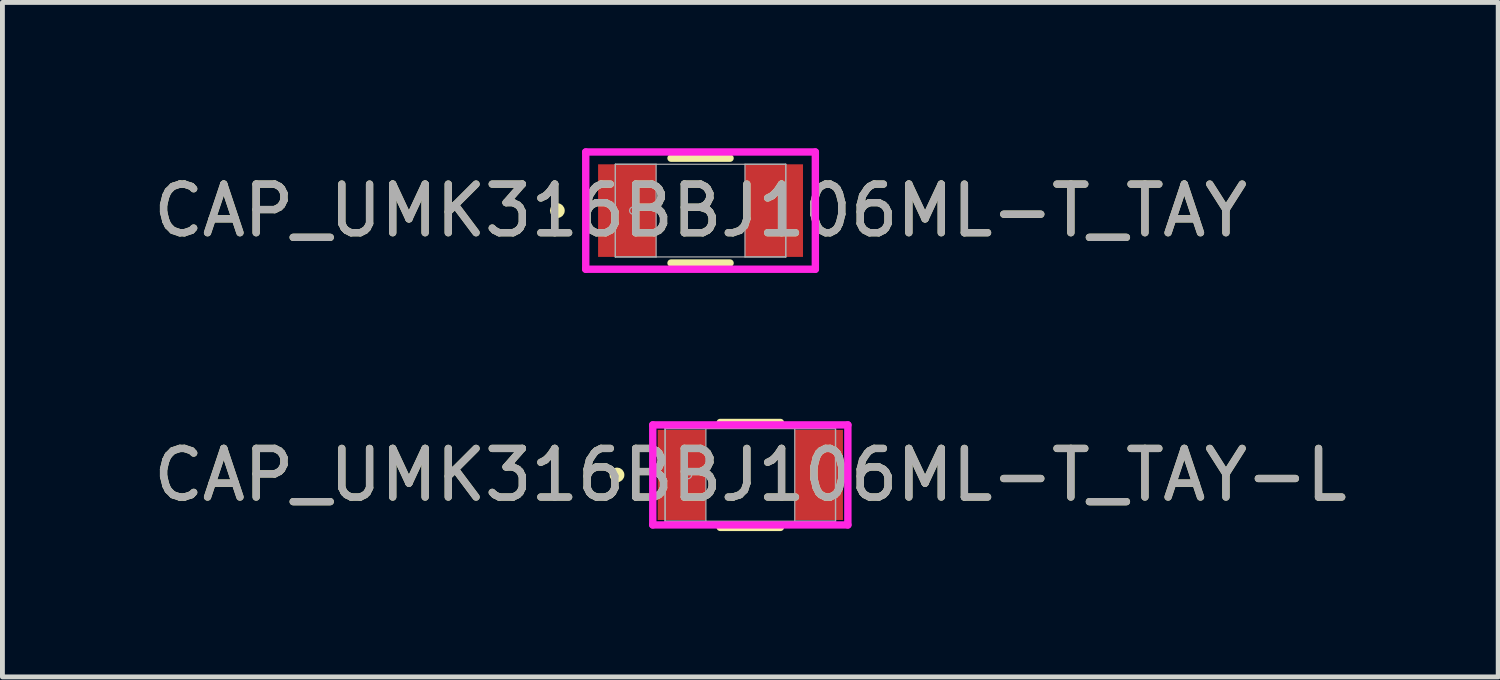
<source format=kicad_pcb>
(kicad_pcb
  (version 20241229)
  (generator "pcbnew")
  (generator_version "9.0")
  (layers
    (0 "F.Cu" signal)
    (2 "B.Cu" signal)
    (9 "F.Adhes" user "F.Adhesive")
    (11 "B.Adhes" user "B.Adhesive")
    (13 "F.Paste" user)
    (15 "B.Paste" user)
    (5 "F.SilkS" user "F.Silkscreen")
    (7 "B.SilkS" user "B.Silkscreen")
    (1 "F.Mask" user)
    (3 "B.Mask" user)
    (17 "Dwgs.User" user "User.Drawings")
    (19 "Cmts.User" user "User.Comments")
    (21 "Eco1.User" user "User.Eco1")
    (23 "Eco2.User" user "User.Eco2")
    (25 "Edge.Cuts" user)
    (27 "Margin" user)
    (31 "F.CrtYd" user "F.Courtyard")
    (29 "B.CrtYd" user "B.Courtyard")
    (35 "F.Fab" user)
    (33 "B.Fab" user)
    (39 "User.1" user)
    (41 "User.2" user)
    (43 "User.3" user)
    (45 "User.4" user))
  (footprint "CAP_UMK316BBJ106ML-T_TAY-L"
    (layer "F.Cu")
    (at 12.387 6.721)
    (property "Reference" "CAP_UMK316BBJ106ML-T_TAY-L" (at 0 0 0) (unlocked yes) (layer "F.SilkS") (effects (font (size 1 1) (thickness 0.15))))
    (attr smd)
    (fp_line (start -0.619 1.079) (end 0.619 1.079) (stroke (width 0.152) (type solid)) (layer "F.SilkS"))
    (fp_line (start 0.619 -1.079) (end -0.619 -1.079) (stroke (width 0.152) (type solid)) (layer "F.SilkS"))
    (fp_circle (center -2.743 0) (end -2.667 0) (stroke (width 0.152) (type solid)) (fill no) (layer "F.SilkS"))
    (fp_line (start -2.007 -1.029) (end 2.007 -1.029) (stroke (width 0.152) (type solid)) (layer "F.CrtYd"))
    (fp_line (start -2.007 1.029) (end -2.007 -1.029) (stroke (width 0.152) (type solid)) (layer "F.CrtYd"))
    (fp_line (start 2.007 -1.029) (end 2.007 1.029) (stroke (width 0.152) (type solid)) (layer "F.CrtYd"))
    (fp_line (start 2.007 1.029) (end -2.007 1.029) (stroke (width 0.152) (type solid)) (layer "F.CrtYd"))
    (fp_line (start -1.753 -0.953) (end -1.753 0.953) (stroke (width 0.025) (type solid)) (layer "F.Fab"))
    (fp_line (start -1.753 -0.953) (end -1.753 0.953) (stroke (width 0.025) (type solid)) (layer "F.Fab"))
    (fp_line (start -1.753 0.953) (end -0.914 0.953) (stroke (width 0.025) (type solid)) (layer "F.Fab"))
    (fp_line (start -1.753 0.953) (end 1.753 0.953) (stroke (width 0.025) (type solid)) (layer "F.Fab"))
    (fp_line (start -0.914 -0.953) (end -1.753 -0.953) (stroke (width 0.025) (type solid)) (layer "F.Fab"))
    (fp_line (start -0.914 0.953) (end -0.914 -0.953) (stroke (width 0.025) (type solid)) (layer "F.Fab"))
    (fp_line (start 0.914 -0.953) (end 0.914 0.953) (stroke (width 0.025) (type solid)) (layer "F.Fab"))
    (fp_line (start 0.914 0.953) (end 1.753 0.953) (stroke (width 0.025) (type solid)) (layer "F.Fab"))
    (fp_line (start 1.753 -0.953) (end -1.753 -0.953) (stroke (width 0.025) (type solid)) (layer "F.Fab"))
    (fp_line (start 1.753 -0.953) (end 0.914 -0.953) (stroke (width 0.025) (type solid)) (layer "F.Fab"))
    (fp_line (start 1.753 0.953) (end 1.753 -0.953) (stroke (width 0.025) (type solid)) (layer "F.Fab"))
    (fp_line (start 1.753 0.953) (end 1.753 -0.953) (stroke (width 0.025) (type solid)) (layer "F.Fab"))
    (fp_circle (center -1.283 0) (end -1.206 0) (stroke (width 0.025) (type solid)) (fill no) (layer "F.Fab"))
    (fp_text user "${REFERENCE}" (at 0 0 0) (unlocked yes) (layer "F.Fab") (effects (font (size 1 1) (thickness 0.15))))
    (pad "1" smd rect (at -1.41 0) (size 0.991 1.854) (layers "F.Cu" "F.Mask" "F.Paste"))
    (pad "2" smd rect (at 1.41 0) (size 0.991 1.854) (layers "F.Cu" "F.Mask" "F.Paste"))
    (zone (net_name "") (layer "F.Cu") (hatch full 0.508) (connect_pads) (min_thickness 0.254) (filled_areas_thickness no) (keepout (tracks not_allowed) (vias not_allowed) (pads allowed) (copperpour not_allowed) (footprints allowed)) (placement (enabled no)) (fill) (polygon (pts (xy 11.523 5.819) (xy 13.251 5.819) (xy 13.251 7.623) (xy 11.523 7.623)))))
  (footprint "CAP_UMK316BBJ106ML-T_TAY"
    (layer "F.Cu")
    (at 11.363 1.283)
    (property "Reference" "CAP_UMK316BBJ106ML-T_TAY" (at 0 0 0) (unlocked yes) (layer "F.SilkS") (effects (font (size 1 1) (thickness 0.15))))
    (attr smd)
    (fp_line (start -0.607 1.079) (end 0.607 1.079) (stroke (width 0.152) (type solid)) (layer "F.SilkS"))
    (fp_line (start 0.607 -1.079) (end -0.607 -1.079) (stroke (width 0.152) (type solid)) (layer "F.SilkS"))
    (fp_circle (center -2.946 0) (end -2.87 0) (stroke (width 0.152) (type solid)) (fill no) (layer "F.SilkS"))
    (fp_line (start -2.362 -1.206) (end 2.362 -1.206) (stroke (width 0.152) (type solid)) (layer "F.CrtYd"))
    (fp_line (start -2.362 1.206) (end -2.362 -1.206) (stroke (width 0.152) (type solid)) (layer "F.CrtYd"))
    (fp_line (start 2.362 -1.206) (end 2.362 1.206) (stroke (width 0.152) (type solid)) (layer "F.CrtYd"))
    (fp_line (start 2.362 1.206) (end -2.362 1.206) (stroke (width 0.152) (type solid)) (layer "F.CrtYd"))
    (fp_line (start -1.753 -0.953) (end -1.753 0.953) (stroke (width 0.025) (type solid)) (layer "F.Fab"))
    (fp_line (start -1.753 -0.953) (end -1.753 0.953) (stroke (width 0.025) (type solid)) (layer "F.Fab"))
    (fp_line (start -1.753 0.953) (end -0.914 0.953) (stroke (width 0.025) (type solid)) (layer "F.Fab"))
    (fp_line (start -1.753 0.953) (end 1.753 0.953) (stroke (width 0.025) (type solid)) (layer "F.Fab"))
    (fp_line (start -0.914 -0.953) (end -1.753 -0.953) (stroke (width 0.025) (type solid)) (layer "F.Fab"))
    (fp_line (start -0.914 0.953) (end -0.914 -0.953) (stroke (width 0.025) (type solid)) (layer "F.Fab"))
    (fp_line (start 0.914 -0.953) (end 0.914 0.953) (stroke (width 0.025) (type solid)) (layer "F.Fab"))
    (fp_line (start 0.914 0.953) (end 1.753 0.953) (stroke (width 0.025) (type solid)) (layer "F.Fab"))
    (fp_line (start 1.753 -0.953) (end -1.753 -0.953) (stroke (width 0.025) (type solid)) (layer "F.Fab"))
    (fp_line (start 1.753 -0.953) (end 0.914 -0.953) (stroke (width 0.025) (type solid)) (layer "F.Fab"))
    (fp_line (start 1.753 0.953) (end 1.753 -0.953) (stroke (width 0.025) (type solid)) (layer "F.Fab"))
    (fp_line (start 1.753 0.953) (end 1.753 -0.953) (stroke (width 0.025) (type solid)) (layer "F.Fab"))
    (fp_circle (center -1.384 0) (end -1.308 0) (stroke (width 0.025) (type solid)) (fill no) (layer "F.Fab"))
    (fp_text user "${REFERENCE}" (at 0 0 0) (unlocked yes) (layer "F.Fab") (effects (font (size 1 1) (thickness 0.15))))
    (pad "1" smd rect (at -1.511 0) (size 1.194 1.905) (layers "F.Cu" "F.Mask" "F.Paste"))
    (pad "2" smd rect (at 1.511 0) (size 1.194 1.905) (layers "F.Cu" "F.Mask" "F.Paste"))
    (zone (net_name "") (layer "F.Cu") (hatch full 0.508) (connect_pads) (min_thickness 0.254) (filled_areas_thickness no) (keepout (tracks not_allowed) (vias not_allowed) (pads allowed) (copperpour not_allowed) (footprints allowed)) (placement (enabled no)) (fill) (polygon (pts (xy 10.499 0.381) (xy 12.227 0.381) (xy 12.227 2.184) (xy 10.499 2.184)))))
  (gr_rect
    (start -3 -3)
    (end 27.774 10.877)
    (stroke (width 0.1) (type default))
    (fill no)
    (layer "Edge.Cuts")))
</source>
